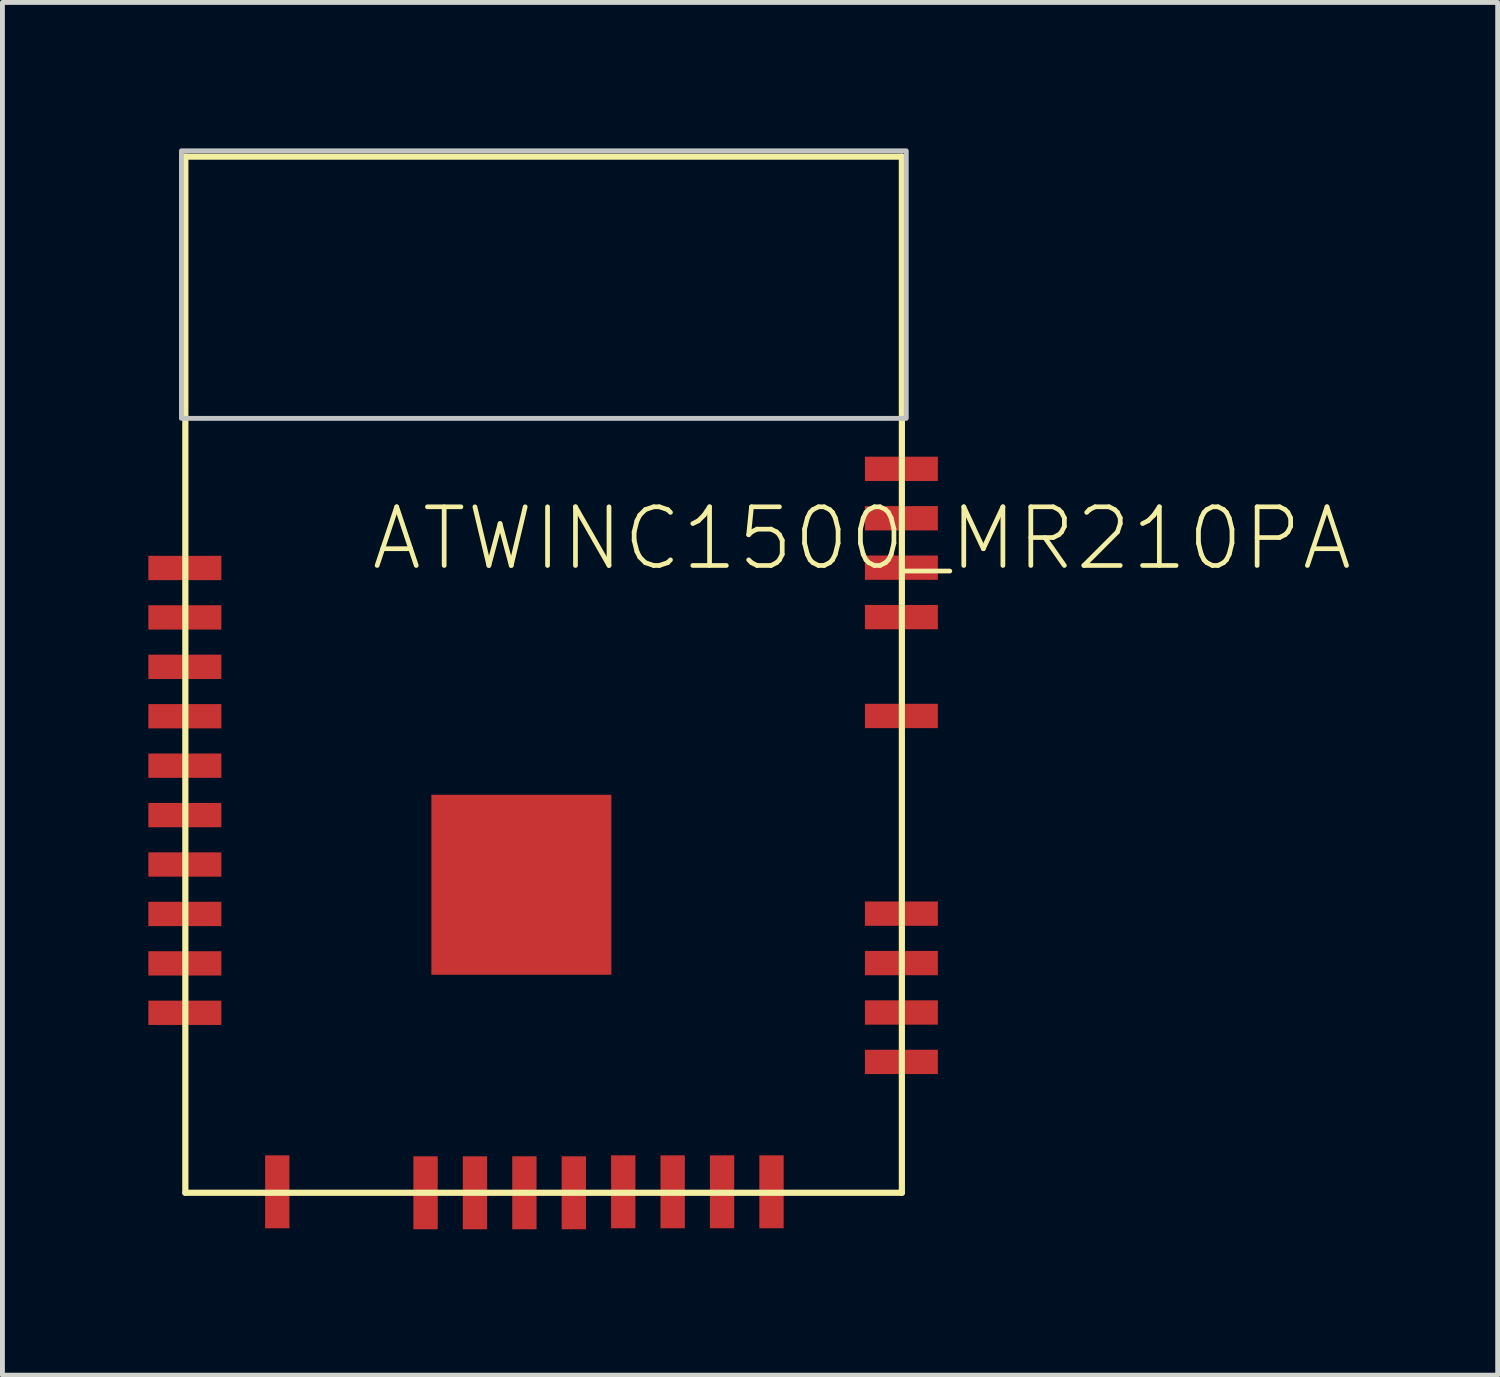
<source format=kicad_pcb>
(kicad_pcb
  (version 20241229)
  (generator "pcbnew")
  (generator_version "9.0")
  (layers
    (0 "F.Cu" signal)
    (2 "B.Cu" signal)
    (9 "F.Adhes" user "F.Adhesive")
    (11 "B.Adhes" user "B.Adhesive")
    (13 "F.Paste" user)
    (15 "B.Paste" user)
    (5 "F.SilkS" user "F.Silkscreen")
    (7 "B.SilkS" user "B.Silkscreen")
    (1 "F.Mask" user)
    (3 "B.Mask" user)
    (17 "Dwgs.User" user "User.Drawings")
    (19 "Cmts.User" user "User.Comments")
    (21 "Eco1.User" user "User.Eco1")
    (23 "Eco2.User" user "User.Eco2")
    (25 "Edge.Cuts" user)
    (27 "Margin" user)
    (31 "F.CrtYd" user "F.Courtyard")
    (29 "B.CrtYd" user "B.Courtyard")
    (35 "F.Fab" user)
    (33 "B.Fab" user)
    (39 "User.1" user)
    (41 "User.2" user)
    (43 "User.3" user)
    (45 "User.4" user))
  (footprint "ATWINC1500_MR210PA"
    (layer "F.Cu")
    (at 8.334 13.807)
    (property "Reference" "ATWINC1500_MR210PA" (at -3.81 -5.08 180) (layer "F.SilkS") (effects (font (size 1.206 1.206) (thickness 0.097)) (justify left bottom)))
    (attr through_hole)
    (fp_line (start -7.574 -13.637) (end 7.156 -13.637) (stroke (width 0.127) (type solid)) (layer "F.SilkS"))
    (fp_line (start -7.574 7.663) (end -7.574 -13.637) (stroke (width 0.127) (type solid)) (layer "F.SilkS"))
    (fp_line (start 7.156 -13.637) (end 7.156 7.663) (stroke (width 0.127) (type solid)) (layer "F.SilkS"))
    (fp_line (start 7.156 7.663) (end -7.574 7.663) (stroke (width 0.127) (type solid)) (layer "F.SilkS"))
    (fp_poly (pts (xy -7.654 -8.257) (xy 7.246 -8.257) (xy 7.246 -13.757) (xy -7.654 -13.757)) (stroke (width 0.1) (type solid)) (fill no) (layer "Dwgs.User"))
    (pad "J1" smd rect (at 7.146 4.973) (size 1.5 0.5) (layers "F.Cu" "F.Mask" "F.Paste"))
    (pad "J2" smd rect (at 7.146 3.957) (size 1.5 0.5) (layers "F.Cu" "F.Mask" "F.Paste"))
    (pad "J3" smd rect (at 7.146 2.941) (size 1.5 0.5) (layers "F.Cu" "F.Mask" "F.Paste"))
    (pad "J4" smd rect (at 7.146 1.925) (size 1.5 0.5) (layers "F.Cu" "F.Mask" "F.Paste"))
    (pad "J5" smd rect (at 7.146 -2.139) (size 1.5 0.5) (layers "F.Cu" "F.Mask" "F.Paste"))
    (pad "J6" smd rect (at 7.146 -4.171) (size 1.5 0.5) (layers "F.Cu" "F.Mask" "F.Paste"))
    (pad "J7" smd rect (at 7.146 -5.187) (size 1.5 0.5) (layers "F.Cu" "F.Mask" "F.Paste"))
    (pad "J8" smd rect (at 7.146 -6.203) (size 1.5 0.5) (layers "F.Cu" "F.Mask" "F.Paste"))
    (pad "J9" smd rect (at 7.146 -7.219) (size 1.5 0.5) (layers "F.Cu" "F.Mask" "F.Paste"))
    (pad "J10" smd rect (at -7.584 -5.181 180) (size 1.5 0.5) (layers "F.Cu" "F.Mask" "F.Paste"))
    (pad "J11" smd rect (at -7.584 -4.165 180) (size 1.5 0.5) (layers "F.Cu" "F.Mask" "F.Paste"))
    (pad "J12" smd rect (at -7.584 -3.149 180) (size 1.5 0.5) (layers "F.Cu" "F.Mask" "F.Paste"))
    (pad "J13" smd rect (at -7.584 -2.133 180) (size 1.5 0.5) (layers "F.Cu" "F.Mask" "F.Paste"))
    (pad "J14" smd rect (at -7.584 -1.117 180) (size 1.5 0.5) (layers "F.Cu" "F.Mask" "F.Paste"))
    (pad "J15" smd rect (at -7.584 -0.101 180) (size 1.5 0.5) (layers "F.Cu" "F.Mask" "F.Paste"))
    (pad "J16" smd rect (at -7.584 0.915 180) (size 1.5 0.5) (layers "F.Cu" "F.Mask" "F.Paste"))
    (pad "J17" smd rect (at -7.584 1.931 180) (size 1.5 0.5) (layers "F.Cu" "F.Mask" "F.Paste"))
    (pad "J18" smd rect (at -7.584 2.947 180) (size 1.5 0.5) (layers "F.Cu" "F.Mask" "F.Paste"))
    (pad "J19" smd rect (at -7.584 3.963 180) (size 1.5 0.5) (layers "F.Cu" "F.Mask" "F.Paste"))
    (pad "J20" smd rect (at -5.684 7.643 90) (size 1.5 0.5) (layers "F.Cu" "F.Mask" "F.Paste"))
    (pad "J21" smd rect (at -2.636 7.663 90) (size 1.5 0.5) (layers "F.Cu" "F.Mask" "F.Paste"))
    (pad "J22" smd rect (at -1.62 7.663 90) (size 1.5 0.5) (layers "F.Cu" "F.Mask" "F.Paste"))
    (pad "J23" smd rect (at -0.604 7.663 90) (size 1.5 0.5) (layers "F.Cu" "F.Mask" "F.Paste"))
    (pad "J24" smd rect (at 0.412 7.663 90) (size 1.5 0.5) (layers "F.Cu" "F.Mask" "F.Paste"))
    (pad "J25" smd rect (at 1.428 7.643 90) (size 1.5 0.5) (layers "F.Cu" "F.Mask" "F.Paste"))
    (pad "J26" smd rect (at 2.444 7.643 90) (size 1.5 0.5) (layers "F.Cu" "F.Mask" "F.Paste"))
    (pad "J27" smd rect (at 3.46 7.643 90) (size 1.5 0.5) (layers "F.Cu" "F.Mask" "F.Paste"))
    (pad "J28" smd rect (at 4.476 7.643 90) (size 1.5 0.5) (layers "F.Cu" "F.Mask" "F.Paste"))
    (pad "MTGND" smd rect (at -0.666 1.331 90) (size 3.7 3.7) (layers "F.Cu" "F.Mask" "F.Paste")))
  (gr_rect
    (start -3 -3)
    (end 27.738 25.22)
    (stroke (width 0.1) (type default))
    (fill no)
    (layer "Edge.Cuts")))
</source>
